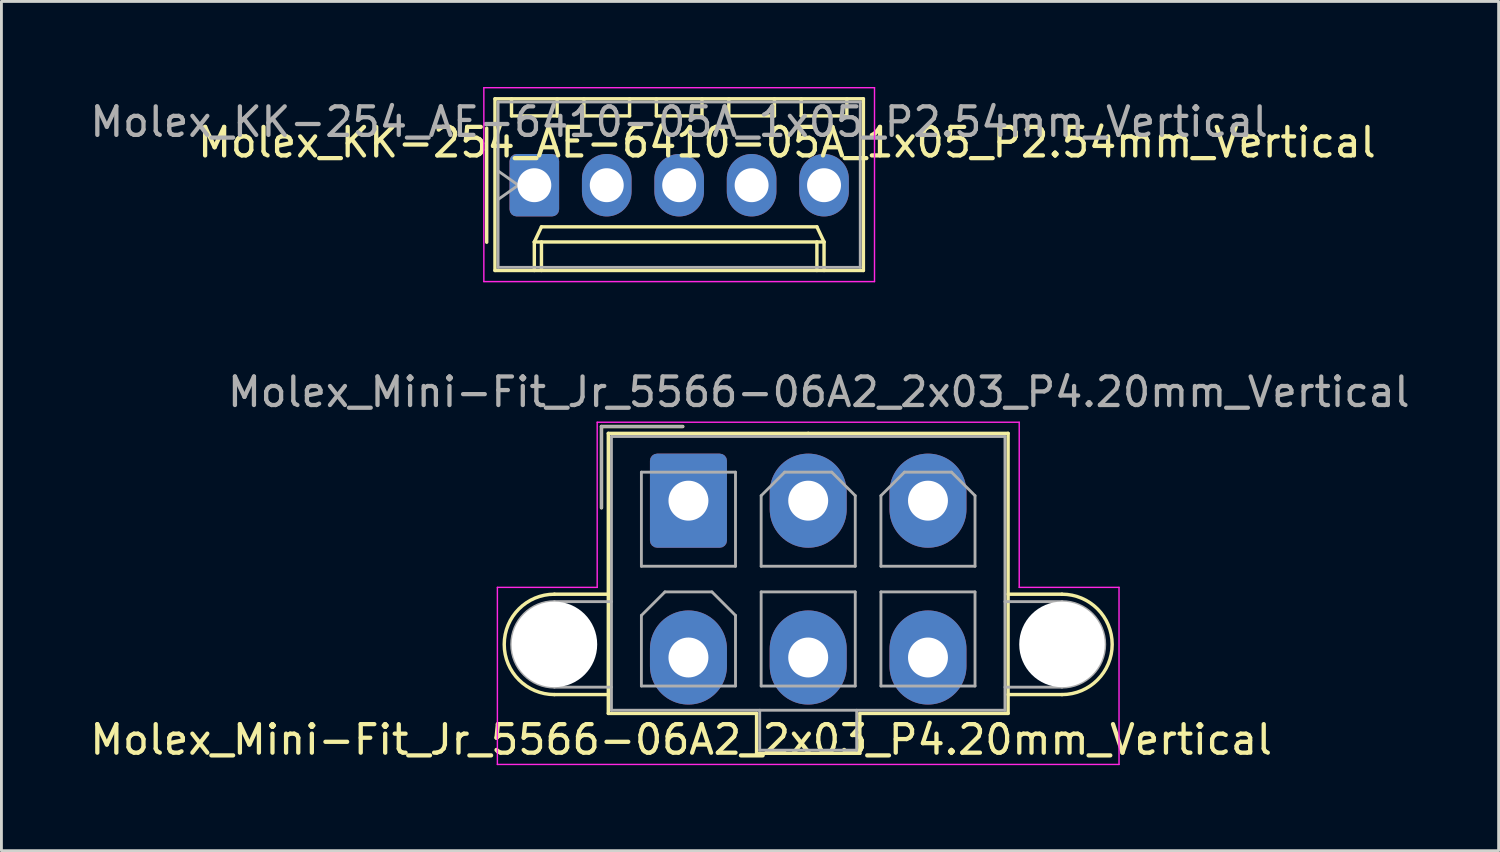
<source format=kicad_pcb>
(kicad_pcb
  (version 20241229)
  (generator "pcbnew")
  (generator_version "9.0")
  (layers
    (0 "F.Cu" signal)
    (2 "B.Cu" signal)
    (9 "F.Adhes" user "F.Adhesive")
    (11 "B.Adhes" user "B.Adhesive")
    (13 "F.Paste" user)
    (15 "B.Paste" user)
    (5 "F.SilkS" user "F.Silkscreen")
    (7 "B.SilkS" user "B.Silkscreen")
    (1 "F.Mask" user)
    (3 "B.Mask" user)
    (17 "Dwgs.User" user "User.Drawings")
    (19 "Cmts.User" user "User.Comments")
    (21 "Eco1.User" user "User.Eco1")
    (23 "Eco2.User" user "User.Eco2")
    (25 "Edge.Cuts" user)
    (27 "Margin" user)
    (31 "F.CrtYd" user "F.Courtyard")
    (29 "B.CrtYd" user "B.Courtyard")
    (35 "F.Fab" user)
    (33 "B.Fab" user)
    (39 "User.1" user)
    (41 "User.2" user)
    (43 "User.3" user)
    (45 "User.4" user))
  (footprint "Molex_Mini-Fit_Jr_5566-06A2_2x03_P4.20mm_Vertical"
    (layer "F.Cu")
    (at 21.093 14.508)
    (property "Reference" "Molex_Mini-Fit_Jr_5566-06A2_2x03_P4.20mm_Vertical" (at -0.254 8.382 0) (layer "F.SilkS") (effects (font (size 1 1) (thickness 0.15))))
    (attr through_hole)
    (fp_line (start -4.7 3.28) (end -2.81 3.28) (stroke (width 0.12) (type solid)) (layer "F.SilkS"))
    (fp_line (start -4.7 6.8) (end -2.81 6.8) (stroke (width 0.12) (type solid)) (layer "F.SilkS"))
    (fp_line (start -3.05 -2.6) (end -3.05 0.25) (stroke (width 0.12) (type solid)) (layer "F.SilkS"))
    (fp_line (start -2.81 -2.36) (end -2.81 7.46) (stroke (width 0.12) (type solid)) (layer "F.SilkS"))
    (fp_line (start -2.81 7.46) (end 2.39 7.46) (stroke (width 0.12) (type solid)) (layer "F.SilkS"))
    (fp_line (start -0.2 -2.6) (end -3.05 -2.6) (stroke (width 0.12) (type solid)) (layer "F.SilkS"))
    (fp_line (start 2.39 7.46) (end 2.39 8.86) (stroke (width 0.12) (type solid)) (layer "F.SilkS"))
    (fp_line (start 2.39 8.86) (end 4.2 8.86) (stroke (width 0.12) (type solid)) (layer "F.SilkS"))
    (fp_line (start 4.2 -2.36) (end -2.81 -2.36) (stroke (width 0.12) (type solid)) (layer "F.SilkS"))
    (fp_line (start 4.2 -2.36) (end 11.21 -2.36) (stroke (width 0.12) (type solid)) (layer "F.SilkS"))
    (fp_line (start 6.01 7.46) (end 6.01 8.86) (stroke (width 0.12) (type solid)) (layer "F.SilkS"))
    (fp_line (start 6.01 8.86) (end 4.2 8.86) (stroke (width 0.12) (type solid)) (layer "F.SilkS"))
    (fp_line (start 11.21 -2.36) (end 11.21 7.46) (stroke (width 0.12) (type solid)) (layer "F.SilkS"))
    (fp_line (start 11.21 7.46) (end 6.01 7.46) (stroke (width 0.12) (type solid)) (layer "F.SilkS"))
    (fp_line (start 13.1 3.28) (end 11.21 3.28) (stroke (width 0.12) (type solid)) (layer "F.SilkS"))
    (fp_line (start 13.1 6.8) (end 11.21 6.8) (stroke (width 0.12) (type solid)) (layer "F.SilkS"))
    (fp_arc (start -4.7 6.8) (mid -6.46 5.04) (end -4.7 3.28) (stroke (width 0.12) (type solid)) (layer "F.SilkS"))
    (fp_arc (start 13.1 3.28) (mid 14.86 5.04) (end 13.1 6.8) (stroke (width 0.12) (type solid)) (layer "F.SilkS"))
    (fp_line (start -6.7 3.04) (end -6.7 9.25) (stroke (width 0.05) (type solid)) (layer "F.CrtYd"))
    (fp_line (start -6.7 9.25) (end 15.1 9.25) (stroke (width 0.05) (type solid)) (layer "F.CrtYd"))
    (fp_line (start -3.2 -2.75) (end -3.2 3.04) (stroke (width 0.05) (type solid)) (layer "F.CrtYd"))
    (fp_line (start -3.2 3.04) (end -6.7 3.04) (stroke (width 0.05) (type solid)) (layer "F.CrtYd"))
    (fp_line (start 11.6 -2.75) (end -3.2 -2.75) (stroke (width 0.05) (type solid)) (layer "F.CrtYd"))
    (fp_line (start 11.6 3.04) (end 11.6 -2.75) (stroke (width 0.05) (type solid)) (layer "F.CrtYd"))
    (fp_line (start 15.1 3.04) (end 11.6 3.04) (stroke (width 0.05) (type solid)) (layer "F.CrtYd"))
    (fp_line (start 15.1 9.25) (end 15.1 3.04) (stroke (width 0.05) (type solid)) (layer "F.CrtYd"))
    (fp_line (start -4.7 3.54) (end -2.7 3.54) (stroke (width 0.1) (type solid)) (layer "F.Fab"))
    (fp_line (start -4.7 6.54) (end -2.7 6.54) (stroke (width 0.1) (type solid)) (layer "F.Fab"))
    (fp_line (start -3.05 -2.6) (end -3.05 0.25) (stroke (width 0.1) (type solid)) (layer "F.Fab"))
    (fp_line (start -2.7 -2.25) (end -2.7 7.35) (stroke (width 0.1) (type solid)) (layer "F.Fab"))
    (fp_line (start -2.7 7.35) (end 11.1 7.35) (stroke (width 0.1) (type solid)) (layer "F.Fab"))
    (fp_line (start -1.65 -1) (end -1.65 2.3) (stroke (width 0.1) (type solid)) (layer "F.Fab"))
    (fp_line (start -1.65 2.3) (end 1.65 2.3) (stroke (width 0.1) (type solid)) (layer "F.Fab"))
    (fp_line (start -1.65 4.025) (end -0.825 3.2) (stroke (width 0.1) (type solid)) (layer "F.Fab"))
    (fp_line (start -1.65 6.5) (end -1.65 4.025) (stroke (width 0.1) (type solid)) (layer "F.Fab"))
    (fp_line (start -0.825 3.2) (end 0.825 3.2) (stroke (width 0.1) (type solid)) (layer "F.Fab"))
    (fp_line (start -0.2 -2.6) (end -3.05 -2.6) (stroke (width 0.1) (type solid)) (layer "F.Fab"))
    (fp_line (start 0.825 3.2) (end 1.65 4.025) (stroke (width 0.1) (type solid)) (layer "F.Fab"))
    (fp_line (start 1.65 -1) (end -1.65 -1) (stroke (width 0.1) (type solid)) (layer "F.Fab"))
    (fp_line (start 1.65 2.3) (end 1.65 -1) (stroke (width 0.1) (type solid)) (layer "F.Fab"))
    (fp_line (start 1.65 4.025) (end 1.65 6.5) (stroke (width 0.1) (type solid)) (layer "F.Fab"))
    (fp_line (start 1.65 6.5) (end -1.65 6.5) (stroke (width 0.1) (type solid)) (layer "F.Fab"))
    (fp_line (start 2.5 7.35) (end 2.5 8.75) (stroke (width 0.1) (type solid)) (layer "F.Fab"))
    (fp_line (start 2.5 8.75) (end 5.9 8.75) (stroke (width 0.1) (type solid)) (layer "F.Fab"))
    (fp_line (start 2.55 -0.175) (end 3.375 -1) (stroke (width 0.1) (type solid)) (layer "F.Fab"))
    (fp_line (start 2.55 2.3) (end 2.55 -0.175) (stroke (width 0.1) (type solid)) (layer "F.Fab"))
    (fp_line (start 2.55 3.2) (end 2.55 6.5) (stroke (width 0.1) (type solid)) (layer "F.Fab"))
    (fp_line (start 2.55 6.5) (end 5.85 6.5) (stroke (width 0.1) (type solid)) (layer "F.Fab"))
    (fp_line (start 3.375 -1) (end 5.025 -1) (stroke (width 0.1) (type solid)) (layer "F.Fab"))
    (fp_line (start 5.025 -1) (end 5.85 -0.175) (stroke (width 0.1) (type solid)) (layer "F.Fab"))
    (fp_line (start 5.85 -0.175) (end 5.85 2.3) (stroke (width 0.1) (type solid)) (layer "F.Fab"))
    (fp_line (start 5.85 2.3) (end 2.55 2.3) (stroke (width 0.1) (type solid)) (layer "F.Fab"))
    (fp_line (start 5.85 3.2) (end 2.55 3.2) (stroke (width 0.1) (type solid)) (layer "F.Fab"))
    (fp_line (start 5.85 6.5) (end 5.85 3.2) (stroke (width 0.1) (type solid)) (layer "F.Fab"))
    (fp_line (start 5.9 8.75) (end 5.9 7.35) (stroke (width 0.1) (type solid)) (layer "F.Fab"))
    (fp_line (start 6.75 -0.175) (end 7.575 -1) (stroke (width 0.1) (type solid)) (layer "F.Fab"))
    (fp_line (start 6.75 2.3) (end 6.75 -0.175) (stroke (width 0.1) (type solid)) (layer "F.Fab"))
    (fp_line (start 6.75 3.2) (end 6.75 6.5) (stroke (width 0.1) (type solid)) (layer "F.Fab"))
    (fp_line (start 6.75 6.5) (end 10.05 6.5) (stroke (width 0.1) (type solid)) (layer "F.Fab"))
    (fp_line (start 7.575 -1) (end 9.225 -1) (stroke (width 0.1) (type solid)) (layer "F.Fab"))
    (fp_line (start 9.225 -1) (end 10.05 -0.175) (stroke (width 0.1) (type solid)) (layer "F.Fab"))
    (fp_line (start 10.05 -0.175) (end 10.05 2.3) (stroke (width 0.1) (type solid)) (layer "F.Fab"))
    (fp_line (start 10.05 2.3) (end 6.75 2.3) (stroke (width 0.1) (type solid)) (layer "F.Fab"))
    (fp_line (start 10.05 3.2) (end 6.75 3.2) (stroke (width 0.1) (type solid)) (layer "F.Fab"))
    (fp_line (start 10.05 6.5) (end 10.05 3.2) (stroke (width 0.1) (type solid)) (layer "F.Fab"))
    (fp_line (start 11.1 -2.25) (end -2.7 -2.25) (stroke (width 0.1) (type solid)) (layer "F.Fab"))
    (fp_line (start 11.1 7.35) (end 11.1 -2.25) (stroke (width 0.1) (type solid)) (layer "F.Fab"))
    (fp_line (start 13.1 3.54) (end 11.1 3.54) (stroke (width 0.1) (type solid)) (layer "F.Fab"))
    (fp_line (start 13.1 6.54) (end 11.1 6.54) (stroke (width 0.1) (type solid)) (layer "F.Fab"))
    (fp_arc (start -4.7 6.54) (mid -6.2 5.04) (end -4.7 3.54) (stroke (width 0.1) (type solid)) (layer "F.Fab"))
    (fp_arc (start 13.1 3.54) (mid 14.6 5.04) (end 13.1 6.54) (stroke (width 0.1) (type solid)) (layer "F.Fab"))
    (fp_text user "${REFERENCE}" (at 4.572 -3.81 0) (layer "F.Fab") (effects (font (size 1 1) (thickness 0.15))))
    (pad "" np_thru_hole circle (at -4.7 5.04) (size 3 3) (drill 3) (layers "*.Cu" "*.Mask"))
    (pad "" np_thru_hole circle (at 13.1 5.04) (size 3 3) (drill 3) (layers "*.Cu" "*.Mask"))
    (pad "1" thru_hole roundrect (at 0 0) (size 2.7 3.3) (drill 1.4) (layers "*.Cu" "*.Mask") (roundrect_rratio 0.093))
    (pad "2" thru_hole oval (at 4.2 0) (size 2.7 3.3) (drill 1.4) (layers "*.Cu" "*.Mask"))
    (pad "3" thru_hole oval (at 8.4 0) (size 2.7 3.3) (drill 1.4) (layers "*.Cu" "*.Mask"))
    (pad "4" thru_hole oval (at 0 5.5) (size 2.7 3.3) (drill 1.4) (layers "*.Cu" "*.Mask"))
    (pad "5" thru_hole oval (at 4.2 5.5) (size 2.7 3.3) (drill 1.4) (layers "*.Cu" "*.Mask"))
    (pad "6" thru_hole oval (at 8.4 5.5) (size 2.7 3.3) (drill 1.4) (layers "*.Cu" "*.Mask")))
  (footprint "Molex_KK-254_AE-6410-05A_1x05_P2.54mm_Vertical"
    (layer "F.Cu")
    (at 15.688 3.445)
    (property "Reference" "Molex_KK-254_AE-6410-05A_1x05_P2.54mm_Vertical" (at 8.86 -1.5 0) (layer "F.SilkS") (effects (font (size 1 1) (thickness 0.15))))
    (attr through_hole)
    (fp_line (start -1.67 -2) (end -1.67 2) (stroke (width 0.12) (type solid)) (layer "F.SilkS"))
    (fp_line (start -1.38 -3.03) (end -1.38 2.99) (stroke (width 0.12) (type solid)) (layer "F.SilkS"))
    (fp_line (start -1.38 2.99) (end 11.54 2.99) (stroke (width 0.12) (type solid)) (layer "F.SilkS"))
    (fp_line (start -0.8 -3.03) (end -0.8 -2.43) (stroke (width 0.12) (type solid)) (layer "F.SilkS"))
    (fp_line (start -0.8 -2.43) (end 0.8 -2.43) (stroke (width 0.12) (type solid)) (layer "F.SilkS"))
    (fp_line (start 0 1.99) (end 0.25 1.46) (stroke (width 0.12) (type solid)) (layer "F.SilkS"))
    (fp_line (start 0 1.99) (end 10.16 1.99) (stroke (width 0.12) (type solid)) (layer "F.SilkS"))
    (fp_line (start 0 2.99) (end 0 1.99) (stroke (width 0.12) (type solid)) (layer "F.SilkS"))
    (fp_line (start 0.25 1.46) (end 9.91 1.46) (stroke (width 0.12) (type solid)) (layer "F.SilkS"))
    (fp_line (start 0.25 2.99) (end 0.25 1.99) (stroke (width 0.12) (type solid)) (layer "F.SilkS"))
    (fp_line (start 0.8 -2.43) (end 0.8 -3.03) (stroke (width 0.12) (type solid)) (layer "F.SilkS"))
    (fp_line (start 1.74 -3.03) (end 1.74 -2.43) (stroke (width 0.12) (type solid)) (layer "F.SilkS"))
    (fp_line (start 1.74 -2.43) (end 3.34 -2.43) (stroke (width 0.12) (type solid)) (layer "F.SilkS"))
    (fp_line (start 3.34 -2.43) (end 3.34 -3.03) (stroke (width 0.12) (type solid)) (layer "F.SilkS"))
    (fp_line (start 4.28 -3.03) (end 4.28 -2.43) (stroke (width 0.12) (type solid)) (layer "F.SilkS"))
    (fp_line (start 4.28 -2.43) (end 5.88 -2.43) (stroke (width 0.12) (type solid)) (layer "F.SilkS"))
    (fp_line (start 5.88 -2.43) (end 5.88 -3.03) (stroke (width 0.12) (type solid)) (layer "F.SilkS"))
    (fp_line (start 6.82 -3.03) (end 6.82 -2.43) (stroke (width 0.12) (type solid)) (layer "F.SilkS"))
    (fp_line (start 6.82 -2.43) (end 8.42 -2.43) (stroke (width 0.12) (type solid)) (layer "F.SilkS"))
    (fp_line (start 8.42 -2.43) (end 8.42 -3.03) (stroke (width 0.12) (type solid)) (layer "F.SilkS"))
    (fp_line (start 9.36 -3.03) (end 9.36 -2.43) (stroke (width 0.12) (type solid)) (layer "F.SilkS"))
    (fp_line (start 9.36 -2.43) (end 10.96 -2.43) (stroke (width 0.12) (type solid)) (layer "F.SilkS"))
    (fp_line (start 9.91 1.46) (end 10.16 1.99) (stroke (width 0.12) (type solid)) (layer "F.SilkS"))
    (fp_line (start 9.91 2.99) (end 9.91 1.99) (stroke (width 0.12) (type solid)) (layer "F.SilkS"))
    (fp_line (start 10.16 1.99) (end 10.16 2.99) (stroke (width 0.12) (type solid)) (layer "F.SilkS"))
    (fp_line (start 10.96 -2.43) (end 10.96 -3.03) (stroke (width 0.12) (type solid)) (layer "F.SilkS"))
    (fp_line (start 11.54 -3.03) (end -1.38 -3.03) (stroke (width 0.12) (type solid)) (layer "F.SilkS"))
    (fp_line (start 11.54 2.99) (end 11.54 -3.03) (stroke (width 0.12) (type solid)) (layer "F.SilkS"))
    (fp_line (start -1.77 -3.42) (end -1.77 3.38) (stroke (width 0.05) (type solid)) (layer "F.CrtYd"))
    (fp_line (start -1.77 3.38) (end 11.93 3.38) (stroke (width 0.05) (type solid)) (layer "F.CrtYd"))
    (fp_line (start 11.93 -3.42) (end -1.77 -3.42) (stroke (width 0.05) (type solid)) (layer "F.CrtYd"))
    (fp_line (start 11.93 3.38) (end 11.93 -3.42) (stroke (width 0.05) (type solid)) (layer "F.CrtYd"))
    (fp_line (start -1.27 -2.92) (end -1.27 2.88) (stroke (width 0.1) (type solid)) (layer "F.Fab"))
    (fp_line (start -1.27 -0.5) (end -0.563 0) (stroke (width 0.1) (type solid)) (layer "F.Fab"))
    (fp_line (start -1.27 2.88) (end 11.43 2.88) (stroke (width 0.1) (type solid)) (layer "F.Fab"))
    (fp_line (start -0.563 0) (end -1.27 0.5) (stroke (width 0.1) (type solid)) (layer "F.Fab"))
    (fp_line (start 11.43 -2.92) (end -1.27 -2.92) (stroke (width 0.1) (type solid)) (layer "F.Fab"))
    (fp_line (start 11.43 2.88) (end 11.43 -2.92) (stroke (width 0.1) (type solid)) (layer "F.Fab"))
    (fp_text user "${REFERENCE}" (at 5.08 -2.22 0) (layer "F.Fab") (effects (font (size 1 1) (thickness 0.15))))
    (pad "1" thru_hole roundrect (at 0 0) (size 1.74 2.19) (drill 1.19) (layers "*.Cu" "*.Mask") (roundrect_rratio 0.144))
    (pad "2" thru_hole oval (at 2.54 0) (size 1.74 2.19) (drill 1.19) (layers "*.Cu" "*.Mask"))
    (pad "3" thru_hole oval (at 5.08 0) (size 1.74 2.19) (drill 1.19) (layers "*.Cu" "*.Mask"))
    (pad "4" thru_hole oval (at 7.62 0) (size 1.74 2.19) (drill 1.19) (layers "*.Cu" "*.Mask"))
    (pad "5" thru_hole oval (at 10.16 0) (size 1.74 2.19) (drill 1.19) (layers "*.Cu" "*.Mask")))
  (gr_rect
    (start -3 -3)
    (end 49.505 26.783)
    (stroke (width 0.1) (type default))
    (fill no)
    (layer "Edge.Cuts")))
</source>
